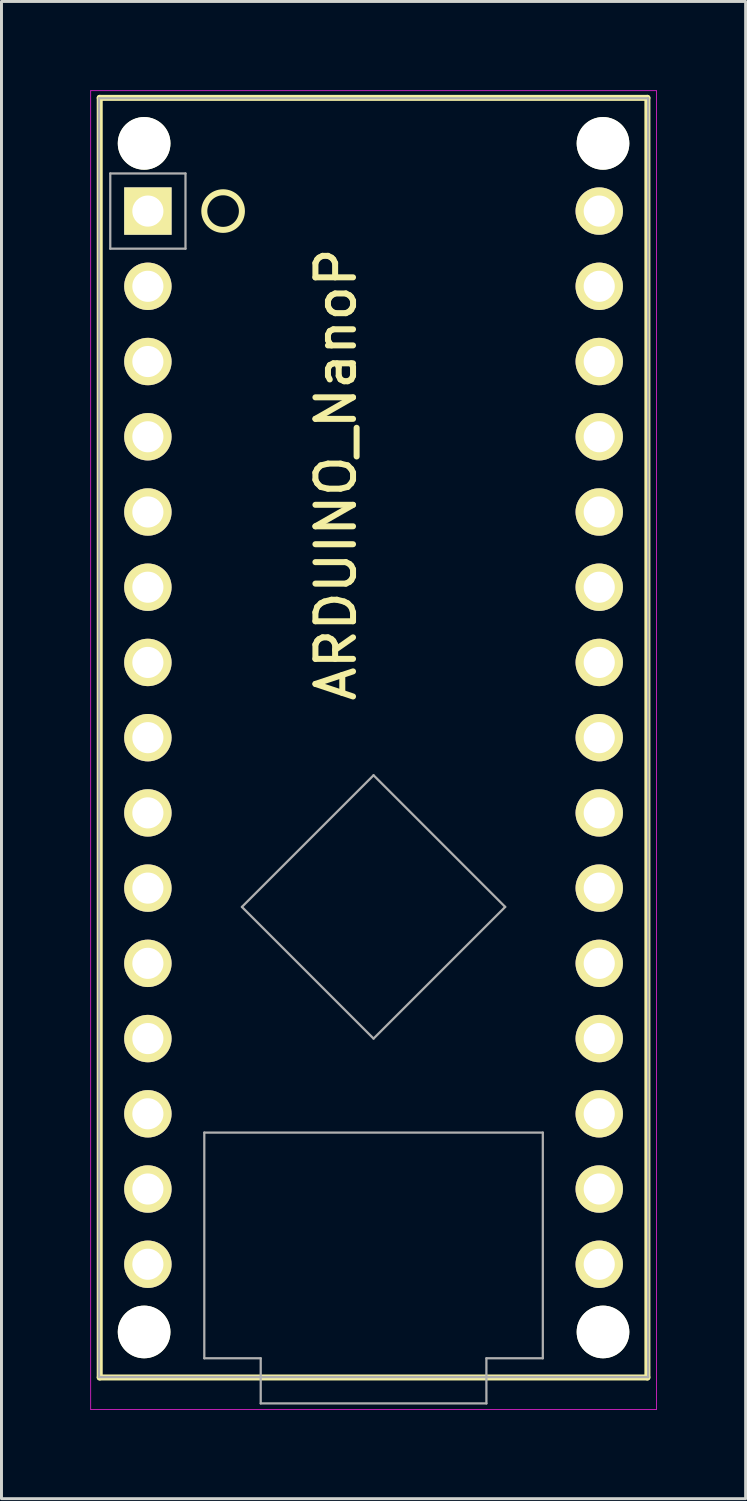
<source format=kicad_pcb>
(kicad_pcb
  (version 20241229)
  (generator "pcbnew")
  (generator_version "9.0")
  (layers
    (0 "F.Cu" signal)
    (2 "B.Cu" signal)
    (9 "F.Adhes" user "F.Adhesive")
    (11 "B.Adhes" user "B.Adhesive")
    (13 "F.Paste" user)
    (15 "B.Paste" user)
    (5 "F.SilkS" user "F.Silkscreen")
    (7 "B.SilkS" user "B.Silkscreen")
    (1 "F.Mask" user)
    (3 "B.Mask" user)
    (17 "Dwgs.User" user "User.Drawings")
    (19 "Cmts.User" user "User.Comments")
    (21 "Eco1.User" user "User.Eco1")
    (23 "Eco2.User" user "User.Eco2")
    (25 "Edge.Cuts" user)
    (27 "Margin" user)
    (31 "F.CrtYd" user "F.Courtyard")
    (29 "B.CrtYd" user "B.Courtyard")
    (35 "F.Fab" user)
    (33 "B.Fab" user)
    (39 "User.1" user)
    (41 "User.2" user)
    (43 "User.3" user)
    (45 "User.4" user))
  (footprint "ARDUINO_NanoP"
    (layer "F.Cu")
    (at 9.563 21.857)
    (property "Reference" "ARDUINO_NanoP" (at -1.27 -8.89 90) (layer "F.SilkS") (effects (font (size 1.27 1.27) (thickness 0.203))))
    (attr through_hole)
    (fp_line (start -9.246 -21.603) (end 9.246 -21.603) (stroke (width 0.203) (type solid)) (layer "F.SilkS"))
    (fp_line (start -9.246 21.603) (end -9.246 -21.603) (stroke (width 0.203) (type solid)) (layer "F.SilkS"))
    (fp_line (start 9.246 -21.603) (end 9.246 21.603) (stroke (width 0.203) (type solid)) (layer "F.SilkS"))
    (fp_line (start 9.246 21.603) (end -9.246 21.603) (stroke (width 0.203) (type solid)) (layer "F.SilkS"))
    (fp_circle (center -5.08 -17.78) (end -4.445 -17.78) (stroke (width 0.203) (type solid)) (fill no) (layer "F.SilkS"))
    (fp_line (start -9.55 -21.844) (end 9.55 -21.844) (stroke (width 0.025) (type solid)) (layer "F.CrtYd"))
    (fp_line (start -9.55 22.682) (end -9.55 -21.844) (stroke (width 0.025) (type solid)) (layer "F.CrtYd"))
    (fp_line (start 9.55 -21.844) (end 9.55 22.682) (stroke (width 0.025) (type solid)) (layer "F.CrtYd"))
    (fp_line (start 9.55 22.682) (end -9.55 22.682) (stroke (width 0.025) (type solid)) (layer "F.CrtYd"))
    (fp_line (start -9.271 -21.59) (end 9.271 -21.59) (stroke (width 0.076) (type solid)) (layer "F.Fab"))
    (fp_line (start -9.271 21.59) (end -9.271 -21.59) (stroke (width 0.076) (type solid)) (layer "F.Fab"))
    (fp_line (start -8.89 -19.05) (end -6.35 -19.05) (stroke (width 0.076) (type solid)) (layer "F.Fab"))
    (fp_line (start -8.89 -16.51) (end -8.89 -19.05) (stroke (width 0.076) (type solid)) (layer "F.Fab"))
    (fp_line (start -6.35 -19.05) (end -6.35 -16.51) (stroke (width 0.076) (type solid)) (layer "F.Fab"))
    (fp_line (start -6.35 -16.51) (end -8.89 -16.51) (stroke (width 0.076) (type solid)) (layer "F.Fab"))
    (fp_line (start -5.715 13.335) (end -5.715 20.955) (stroke (width 0.076) (type solid)) (layer "F.Fab"))
    (fp_line (start -5.715 20.955) (end -3.81 20.955) (stroke (width 0.076) (type solid)) (layer "F.Fab"))
    (fp_line (start -4.445 5.715) (end 0 10.16) (stroke (width 0.076) (type solid)) (layer "F.Fab"))
    (fp_line (start -3.81 20.955) (end -3.81 22.479) (stroke (width 0.076) (type solid)) (layer "F.Fab"))
    (fp_line (start -3.81 22.479) (end 3.81 22.479) (stroke (width 0.076) (type solid)) (layer "F.Fab"))
    (fp_line (start 0 1.27) (end -4.445 5.715) (stroke (width 0.076) (type solid)) (layer "F.Fab"))
    (fp_line (start 0 10.16) (end 4.445 5.715) (stroke (width 0.076) (type solid)) (layer "F.Fab"))
    (fp_line (start 3.81 20.955) (end 5.715 20.955) (stroke (width 0.076) (type solid)) (layer "F.Fab"))
    (fp_line (start 3.81 22.479) (end 3.81 20.955) (stroke (width 0.076) (type solid)) (layer "F.Fab"))
    (fp_line (start 4.445 5.715) (end 0 1.27) (stroke (width 0.076) (type solid)) (layer "F.Fab"))
    (fp_line (start 5.715 13.335) (end -5.715 13.335) (stroke (width 0.076) (type solid)) (layer "F.Fab"))
    (fp_line (start 5.715 20.955) (end 5.715 13.335) (stroke (width 0.076) (type solid)) (layer "F.Fab"))
    (fp_line (start 9.271 -21.59) (end 9.271 21.59) (stroke (width 0.076) (type solid)) (layer "F.Fab"))
    (fp_line (start 9.271 21.59) (end -9.271 21.59) (stroke (width 0.076) (type solid)) (layer "F.Fab"))
    (pad "" np_thru_hole circle (at -7.747 -20.066 0.1) (size 1.778 1.778) (drill 1.778) (layers "*.Cu" "*.Mask" "F.SilkS"))
    (pad "" np_thru_hole circle (at -7.747 20.066 0.1) (size 1.778 1.778) (drill 1.778) (layers "*.Cu" "*.Mask" "F.SilkS"))
    (pad "" np_thru_hole circle (at 7.747 -20.066 0.1) (size 1.778 1.778) (drill 1.778) (layers "*.Cu" "*.Mask" "F.SilkS"))
    (pad "" np_thru_hole circle (at 7.747 20.066 0.1) (size 1.778 1.778) (drill 1.778) (layers "*.Cu" "*.Mask" "F.SilkS"))
    (pad "1" thru_hole rect (at -7.62 -17.78) (size 1.6 1.6) (drill 1.05) (layers "*.Cu" "*.Mask" "F.SilkS"))
    (pad "2" thru_hole circle (at -7.62 -15.24) (size 1.6 1.6) (drill 1.05) (layers "*.Cu" "*.Mask" "F.SilkS"))
    (pad "3" thru_hole circle (at -7.62 -12.7) (size 1.6 1.6) (drill 1.05) (layers "*.Cu" "*.Mask" "F.SilkS"))
    (pad "4" thru_hole circle (at -7.62 -10.16) (size 1.6 1.6) (drill 1.05) (layers "*.Cu" "*.Mask" "F.SilkS"))
    (pad "5" thru_hole circle (at -7.62 -7.62) (size 1.6 1.6) (drill 1.05) (layers "*.Cu" "*.Mask" "F.SilkS"))
    (pad "6" thru_hole circle (at -7.62 -5.08) (size 1.6 1.6) (drill 1.05) (layers "*.Cu" "*.Mask" "F.SilkS"))
    (pad "7" thru_hole circle (at -7.62 -2.54) (size 1.6 1.6) (drill 1.05) (layers "*.Cu" "*.Mask" "F.SilkS"))
    (pad "8" thru_hole circle (at -7.62 0) (size 1.6 1.6) (drill 1.05) (layers "*.Cu" "*.Mask" "F.SilkS"))
    (pad "9" thru_hole circle (at -7.62 2.54) (size 1.6 1.6) (drill 1.05) (layers "*.Cu" "*.Mask" "F.SilkS"))
    (pad "10" thru_hole circle (at -7.62 5.08) (size 1.6 1.6) (drill 1.05) (layers "*.Cu" "*.Mask" "F.SilkS"))
    (pad "11" thru_hole circle (at -7.62 7.62) (size 1.6 1.6) (drill 1.05) (layers "*.Cu" "*.Mask" "F.SilkS"))
    (pad "12" thru_hole circle (at -7.62 10.16) (size 1.6 1.6) (drill 1.05) (layers "*.Cu" "*.Mask" "F.SilkS"))
    (pad "13" thru_hole circle (at -7.62 12.7) (size 1.6 1.6) (drill 1.05) (layers "*.Cu" "*.Mask" "F.SilkS"))
    (pad "14" thru_hole circle (at -7.62 15.24) (size 1.6 1.6) (drill 1.05) (layers "*.Cu" "*.Mask" "F.SilkS"))
    (pad "15" thru_hole circle (at -7.62 17.78) (size 1.6 1.6) (drill 1.05) (layers "*.Cu" "*.Mask" "F.SilkS"))
    (pad "16" thru_hole circle (at 7.62 17.78 180) (size 1.6 1.6) (drill 1.05) (layers "*.Cu" "*.Mask" "F.SilkS"))
    (pad "17" thru_hole circle (at 7.62 15.24 180) (size 1.6 1.6) (drill 1.05) (layers "*.Cu" "*.Mask" "F.SilkS"))
    (pad "18" thru_hole circle (at 7.62 12.7 180) (size 1.6 1.6) (drill 1.05) (layers "*.Cu" "*.Mask" "F.SilkS"))
    (pad "19" thru_hole circle (at 7.62 10.16 180) (size 1.6 1.6) (drill 1.05) (layers "*.Cu" "*.Mask" "F.SilkS"))
    (pad "20" thru_hole circle (at 7.62 7.62 180) (size 1.6 1.6) (drill 1.05) (layers "*.Cu" "*.Mask" "F.SilkS"))
    (pad "21" thru_hole circle (at 7.62 5.08 180) (size 1.6 1.6) (drill 1.05) (layers "*.Cu" "*.Mask" "F.SilkS"))
    (pad "22" thru_hole circle (at 7.62 2.54 180) (size 1.6 1.6) (drill 1.05) (layers "*.Cu" "*.Mask" "F.SilkS"))
    (pad "23" thru_hole circle (at 7.62 0 180) (size 1.6 1.6) (drill 1.05) (layers "*.Cu" "*.Mask" "F.SilkS"))
    (pad "24" thru_hole circle (at 7.62 -2.54 180) (size 1.6 1.6) (drill 1.05) (layers "*.Cu" "*.Mask" "F.SilkS"))
    (pad "25" thru_hole circle (at 7.62 -5.08 180) (size 1.6 1.6) (drill 1.05) (layers "*.Cu" "*.Mask" "F.SilkS"))
    (pad "26" thru_hole circle (at 7.62 -7.62 180) (size 1.6 1.6) (drill 1.05) (layers "*.Cu" "*.Mask" "F.SilkS"))
    (pad "27" thru_hole circle (at 7.62 -10.16 180) (size 1.6 1.6) (drill 1.05) (layers "*.Cu" "*.Mask" "F.SilkS"))
    (pad "28" thru_hole circle (at 7.62 -12.7 180) (size 1.6 1.6) (drill 1.05) (layers "*.Cu" "*.Mask" "F.SilkS"))
    (pad "29" thru_hole circle (at 7.62 -15.24 180) (size 1.6 1.6) (drill 1.05) (layers "*.Cu" "*.Mask" "F.SilkS"))
    (pad "30" thru_hole circle (at 7.62 -17.78 180) (size 1.6 1.6) (drill 1.05) (layers "*.Cu" "*.Mask" "F.SilkS")))
  (gr_rect
    (start -3 -3)
    (end 22.126 47.552)
    (stroke (width 0.1) (type default))
    (fill no)
    (layer "Edge.Cuts")))
</source>
